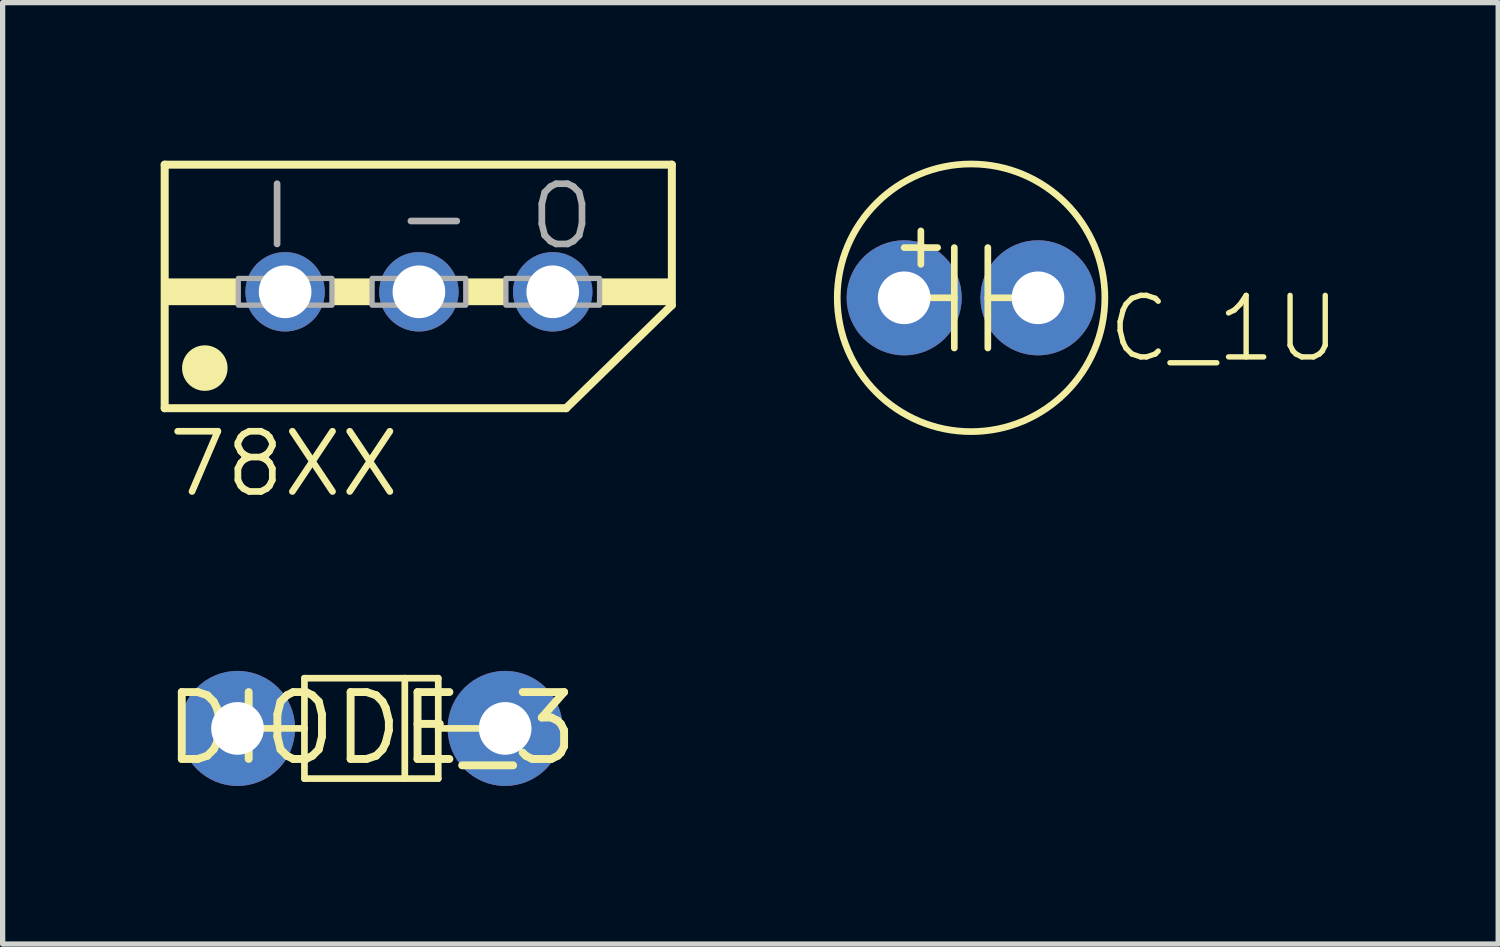
<source format=kicad_pcb>
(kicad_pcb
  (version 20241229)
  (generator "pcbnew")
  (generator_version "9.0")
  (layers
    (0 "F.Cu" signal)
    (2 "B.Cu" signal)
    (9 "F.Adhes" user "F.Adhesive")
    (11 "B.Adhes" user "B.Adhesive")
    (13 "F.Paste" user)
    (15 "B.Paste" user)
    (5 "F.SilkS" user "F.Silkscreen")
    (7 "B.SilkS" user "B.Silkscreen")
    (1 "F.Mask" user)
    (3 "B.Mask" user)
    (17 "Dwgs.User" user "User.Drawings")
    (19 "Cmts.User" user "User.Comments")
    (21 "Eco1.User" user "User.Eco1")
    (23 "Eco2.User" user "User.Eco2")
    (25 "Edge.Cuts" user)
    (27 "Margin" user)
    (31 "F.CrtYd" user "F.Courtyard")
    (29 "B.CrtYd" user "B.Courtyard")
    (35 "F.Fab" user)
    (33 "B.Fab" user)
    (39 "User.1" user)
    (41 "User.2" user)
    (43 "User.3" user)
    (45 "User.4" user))
  (footprint "78XX"
    (layer "F.Cu")
    (at 4.902 2.489)
    (property "Reference" "78XX" (at -4.826 3.937 0) (layer "F.SilkS") (effects (font (size 1.143 1.143) (thickness 0.127)) (justify left bottom)))
    (fp_line (start -4.826 -2.413) (end 4.801 -2.413) (stroke (width 0.152) (type solid)) (layer "F.SilkS"))
    (fp_line (start -4.826 2.21) (end -4.826 -2.413) (stroke (width 0.152) (type solid)) (layer "F.SilkS"))
    (fp_line (start -4.826 2.21) (end 2.794 2.21) (stroke (width 0.152) (type solid)) (layer "F.SilkS"))
    (fp_line (start 2.794 2.21) (end 4.801 0.254) (stroke (width 0.152) (type solid)) (layer "F.SilkS"))
    (fp_line (start 4.801 -2.413) (end 4.801 0.254) (stroke (width 0.152) (type solid)) (layer "F.SilkS"))
    (fp_circle (center -4.064 1.448) (end -3.848 1.448) (stroke (width 0.432) (type solid)) (fill yes) (layer "F.SilkS"))
    (fp_poly (pts (xy -4.826 0.254) (xy -3.429 0.254) (xy -3.429 -0.254) (xy -4.826 -0.254)) (stroke (width 0) (type default)) (fill yes) (layer "F.SilkS"))
    (fp_poly (pts (xy -1.651 0.254) (xy -0.889 0.254) (xy -0.889 -0.254) (xy -1.651 -0.254)) (stroke (width 0) (type default)) (fill yes) (layer "F.SilkS"))
    (fp_poly (pts (xy 0.889 0.254) (xy 1.651 0.254) (xy 1.651 -0.254) (xy 0.889 -0.254)) (stroke (width 0) (type default)) (fill yes) (layer "F.SilkS"))
    (fp_poly (pts (xy 3.429 0.254) (xy 4.826 0.254) (xy 4.826 -0.254) (xy 3.429 -0.254)) (stroke (width 0) (type default)) (fill yes) (layer "F.SilkS"))
    (fp_poly (pts (xy -3.429 0.254) (xy -1.651 0.254) (xy -1.651 -0.254) (xy -3.429 -0.254)) (stroke (width 0.1) (type default)) (fill no) (layer "F.Fab"))
    (fp_poly (pts (xy -0.889 0.254) (xy 0.889 0.254) (xy 0.889 -0.254) (xy -0.889 -0.254)) (stroke (width 0.1) (type default)) (fill no) (layer "F.Fab"))
    (fp_poly (pts (xy 1.651 0.254) (xy 3.429 0.254) (xy 3.429 -0.254) (xy 1.651 -0.254)) (stroke (width 0.1) (type default)) (fill no) (layer "F.Fab"))
    (fp_text user "I" (at -3.048 -0.762 0) (layer "F.Fab") (effects (font (size 1.143 1.143) (thickness 0.127)) (justify left bottom)))
    (fp_text user "O" (at 2.032 -0.762 0) (layer "F.Fab") (effects (font (size 1.143 1.143) (thickness 0.127)) (justify left bottom)))
    (fp_text user "-" (at -0.508 -0.762 0) (layer "F.Fab") (effects (font (size 1.143 1.143) (thickness 0.127)) (justify left bottom)))
    (pad "P$1" thru_hole circle (at -2.54 0) (size 1.508 1.508) (drill 1) (layers "*.Cu" "*.Mask"))
    (pad "P$2" thru_hole circle (at 0 0) (size 1.508 1.508) (drill 1) (layers "*.Cu" "*.Mask"))
    (pad "P$3" thru_hole circle (at 2.54 0) (size 1.508 1.508) (drill 1) (layers "*.Cu" "*.Mask")))
  (footprint "DIODE_3"
    (layer "F.Cu")
    (at 3.999 10.777)
    (property "Reference" "DIODE_3" (at 0 0 0) (layer "F.SilkS") (effects (font (size 1.27 1.27) (thickness 0.15))))
    (fp_line (start -2.54 0) (end -1.27 0) (stroke (width 0.127) (type solid)) (layer "F.SilkS"))
    (fp_line (start -1.27 -0.953) (end 0.635 -0.953) (stroke (width 0.127) (type solid)) (layer "F.SilkS"))
    (fp_line (start -1.27 0) (end -1.27 -0.953) (stroke (width 0.127) (type solid)) (layer "F.SilkS"))
    (fp_line (start -1.27 0.953) (end -1.27 0) (stroke (width 0.127) (type solid)) (layer "F.SilkS"))
    (fp_line (start 0.635 -0.953) (end 0.635 0.953) (stroke (width 0.127) (type solid)) (layer "F.SilkS"))
    (fp_line (start 0.635 -0.953) (end 1.27 -0.953) (stroke (width 0.127) (type solid)) (layer "F.SilkS"))
    (fp_line (start 0.635 0.953) (end -1.27 0.953) (stroke (width 0.127) (type solid)) (layer "F.SilkS"))
    (fp_line (start 1.27 -0.953) (end 1.27 0) (stroke (width 0.127) (type solid)) (layer "F.SilkS"))
    (fp_line (start 1.27 0) (end 1.27 0.953) (stroke (width 0.127) (type solid)) (layer "F.SilkS"))
    (fp_line (start 1.27 0.953) (end 0.635 0.953) (stroke (width 0.127) (type solid)) (layer "F.SilkS"))
    (fp_line (start 2.54 0) (end 1.27 0) (stroke (width 0.127) (type solid)) (layer "F.SilkS"))
    (pad "A" thru_hole circle (at -2.54 0) (size 2.184 2.184) (drill 1) (layers "*.Cu" "*.Mask"))
    (pad "C" thru_hole circle (at 2.54 0) (size 2.184 2.184) (drill 1) (layers "*.Cu" "*.Mask")))
  (footprint "C_1U"
    (layer "F.Cu")
    (at 15.383 2.603)
    (property "Reference" "C_1U" (at 2.54 1.27 0) (layer "F.SilkS") (effects (font (size 1.168 1.168) (thickness 0.102)) (justify left bottom)))
    (fp_line (start -1.27 -0.953) (end -0.635 -0.953) (stroke (width 0.127) (type solid)) (layer "F.SilkS"))
    (fp_line (start -1.27 0) (end -0.318 0) (stroke (width 0.127) (type solid)) (layer "F.SilkS"))
    (fp_line (start -0.953 -1.27) (end -0.953 -0.635) (stroke (width 0.127) (type solid)) (layer "F.SilkS"))
    (fp_line (start -0.318 -0.953) (end -0.318 0.953) (stroke (width 0.127) (type solid)) (layer "F.SilkS"))
    (fp_line (start 0.318 -0.953) (end 0.318 0.953) (stroke (width 0.127) (type solid)) (layer "F.SilkS"))
    (fp_line (start 1.27 0) (end 0.318 0) (stroke (width 0.127) (type solid)) (layer "F.SilkS"))
    (fp_circle (center 0 0) (end 2.54 0) (stroke (width 0.127) (type solid)) (fill no) (layer "F.SilkS"))
    (pad "P$1" thru_hole circle (at -1.27 0) (size 2.184 2.184) (drill 1) (layers "*.Cu" "*.Mask"))
    (pad "P$2" thru_hole circle (at 1.27 0) (size 2.184 2.184) (drill 1) (layers "*.Cu" "*.Mask")))
  (gr_rect
    (start -3 -3)
    (end 25.389 14.87)
    (stroke (width 0.1) (type default))
    (fill no)
    (layer "Edge.Cuts")))
</source>
